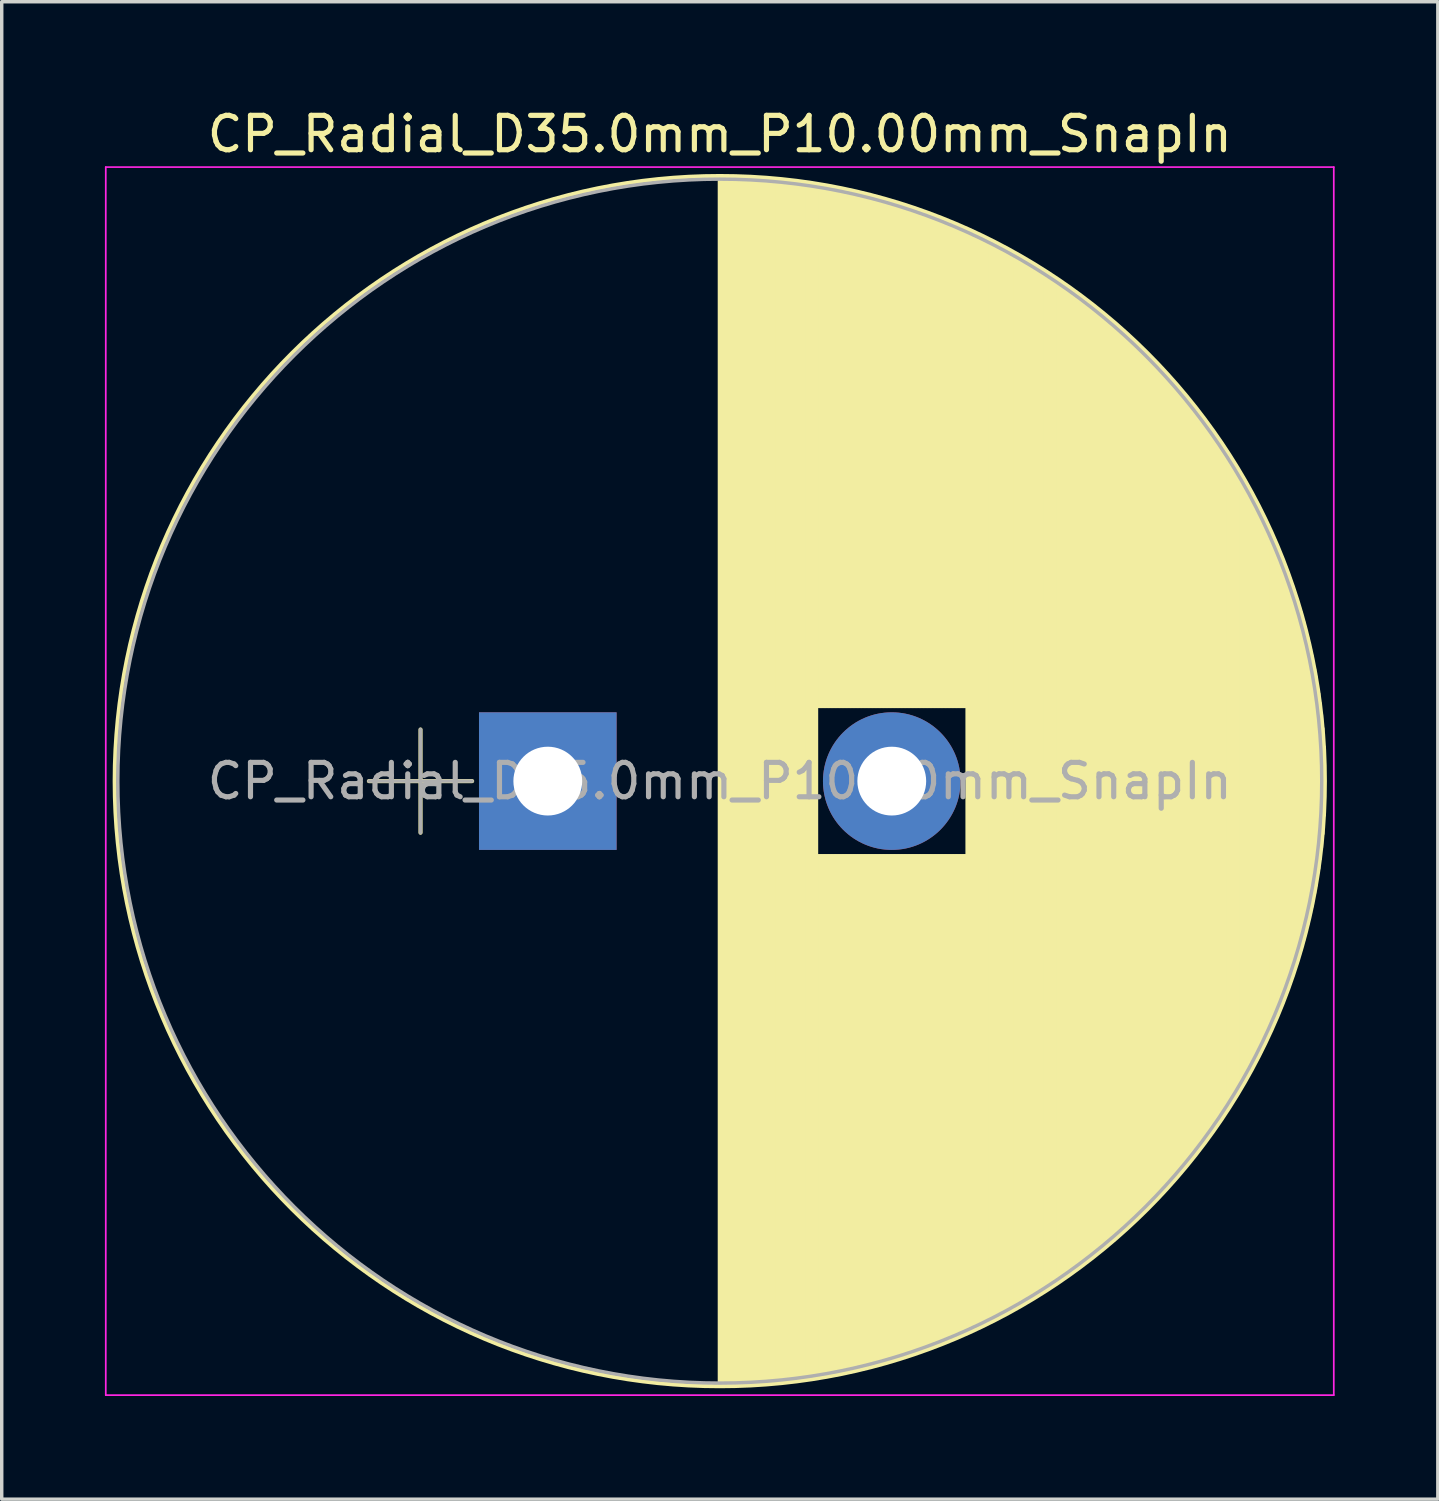
<source format=kicad_pcb>
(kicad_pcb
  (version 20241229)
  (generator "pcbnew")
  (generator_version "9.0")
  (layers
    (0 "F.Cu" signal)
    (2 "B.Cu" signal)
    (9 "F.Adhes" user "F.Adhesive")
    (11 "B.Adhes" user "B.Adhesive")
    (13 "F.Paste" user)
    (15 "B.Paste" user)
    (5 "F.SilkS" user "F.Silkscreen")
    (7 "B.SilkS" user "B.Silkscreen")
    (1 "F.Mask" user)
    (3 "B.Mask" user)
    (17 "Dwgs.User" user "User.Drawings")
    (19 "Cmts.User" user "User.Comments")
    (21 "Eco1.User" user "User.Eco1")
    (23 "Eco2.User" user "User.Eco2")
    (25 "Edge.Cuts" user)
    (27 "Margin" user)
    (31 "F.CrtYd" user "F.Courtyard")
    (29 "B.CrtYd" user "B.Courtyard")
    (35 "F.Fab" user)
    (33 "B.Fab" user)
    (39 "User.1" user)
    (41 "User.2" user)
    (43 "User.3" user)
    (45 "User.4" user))
  (footprint "CP_Radial_D35.0mm_P10.00mm_SnapIn"
    (layer "F.Cu")
    (at 12.875 19.658)
    (property "Reference" "CP_Radial_D35.0mm_P10.00mm_SnapIn" (at 5 -18.81 0) (layer "F.SilkS") (effects (font (size 1 1) (thickness 0.15))))
    (attr through_hole)
    (fp_line (start -5.2 0) (end -2.2 0) (stroke (width 0.12) (type solid)) (layer "F.SilkS"))
    (fp_line (start -3.7 -1.5) (end -3.7 1.5) (stroke (width 0.12) (type solid)) (layer "F.SilkS"))
    (fp_line (start 5 -17.55) (end 5 17.55) (stroke (width 0.12) (type solid)) (layer "F.SilkS"))
    (fp_line (start 5.04 -17.55) (end 5.04 17.55) (stroke (width 0.12) (type solid)) (layer "F.SilkS"))
    (fp_line (start 5.08 -17.55) (end 5.08 17.55) (stroke (width 0.12) (type solid)) (layer "F.SilkS"))
    (fp_line (start 5.12 -17.55) (end 5.12 17.55) (stroke (width 0.12) (type solid)) (layer "F.SilkS"))
    (fp_line (start 5.16 -17.55) (end 5.16 17.55) (stroke (width 0.12) (type solid)) (layer "F.SilkS"))
    (fp_line (start 5.2 -17.549) (end 5.2 17.549) (stroke (width 0.12) (type solid)) (layer "F.SilkS"))
    (fp_line (start 5.24 -17.549) (end 5.24 17.549) (stroke (width 0.12) (type solid)) (layer "F.SilkS"))
    (fp_line (start 5.28 -17.548) (end 5.28 17.548) (stroke (width 0.12) (type solid)) (layer "F.SilkS"))
    (fp_line (start 5.32 -17.548) (end 5.32 17.548) (stroke (width 0.12) (type solid)) (layer "F.SilkS"))
    (fp_line (start 5.36 -17.547) (end 5.36 17.547) (stroke (width 0.12) (type solid)) (layer "F.SilkS"))
    (fp_line (start 5.4 -17.546) (end 5.4 17.546) (stroke (width 0.12) (type solid)) (layer "F.SilkS"))
    (fp_line (start 5.44 -17.545) (end 5.44 17.545) (stroke (width 0.12) (type solid)) (layer "F.SilkS"))
    (fp_line (start 5.48 -17.544) (end 5.48 17.544) (stroke (width 0.12) (type solid)) (layer "F.SilkS"))
    (fp_line (start 5.52 -17.543) (end 5.52 17.543) (stroke (width 0.12) (type solid)) (layer "F.SilkS"))
    (fp_line (start 5.56 -17.542) (end 5.56 17.542) (stroke (width 0.12) (type solid)) (layer "F.SilkS"))
    (fp_line (start 5.6 -17.54) (end 5.6 17.54) (stroke (width 0.12) (type solid)) (layer "F.SilkS"))
    (fp_line (start 5.64 -17.539) (end 5.64 17.539) (stroke (width 0.12) (type solid)) (layer "F.SilkS"))
    (fp_line (start 5.68 -17.537) (end 5.68 17.537) (stroke (width 0.12) (type solid)) (layer "F.SilkS"))
    (fp_line (start 5.721 -17.536) (end 5.721 17.536) (stroke (width 0.12) (type solid)) (layer "F.SilkS"))
    (fp_line (start 5.761 -17.534) (end 5.761 17.534) (stroke (width 0.12) (type solid)) (layer "F.SilkS"))
    (fp_line (start 5.801 -17.532) (end 5.801 17.532) (stroke (width 0.12) (type solid)) (layer "F.SilkS"))
    (fp_line (start 5.841 -17.53) (end 5.841 17.53) (stroke (width 0.12) (type solid)) (layer "F.SilkS"))
    (fp_line (start 5.881 -17.528) (end 5.881 17.528) (stroke (width 0.12) (type solid)) (layer "F.SilkS"))
    (fp_line (start 5.921 -17.526) (end 5.921 17.526) (stroke (width 0.12) (type solid)) (layer "F.SilkS"))
    (fp_line (start 5.961 -17.524) (end 5.961 17.524) (stroke (width 0.12) (type solid)) (layer "F.SilkS"))
    (fp_line (start 6.001 -17.522) (end 6.001 17.522) (stroke (width 0.12) (type solid)) (layer "F.SilkS"))
    (fp_line (start 6.041 -17.52) (end 6.041 17.52) (stroke (width 0.12) (type solid)) (layer "F.SilkS"))
    (fp_line (start 6.081 -17.517) (end 6.081 17.517) (stroke (width 0.12) (type solid)) (layer "F.SilkS"))
    (fp_line (start 6.121 -17.515) (end 6.121 17.515) (stroke (width 0.12) (type solid)) (layer "F.SilkS"))
    (fp_line (start 6.161 -17.512) (end 6.161 17.512) (stroke (width 0.12) (type solid)) (layer "F.SilkS"))
    (fp_line (start 6.201 -17.51) (end 6.201 17.51) (stroke (width 0.12) (type solid)) (layer "F.SilkS"))
    (fp_line (start 6.241 -17.507) (end 6.241 17.507) (stroke (width 0.12) (type solid)) (layer "F.SilkS"))
    (fp_line (start 6.281 -17.504) (end 6.281 17.504) (stroke (width 0.12) (type solid)) (layer "F.SilkS"))
    (fp_line (start 6.321 -17.501) (end 6.321 17.501) (stroke (width 0.12) (type solid)) (layer "F.SilkS"))
    (fp_line (start 6.361 -17.498) (end 6.361 17.498) (stroke (width 0.12) (type solid)) (layer "F.SilkS"))
    (fp_line (start 6.401 -17.495) (end 6.401 17.495) (stroke (width 0.12) (type solid)) (layer "F.SilkS"))
    (fp_line (start 6.441 -17.491) (end 6.441 17.491) (stroke (width 0.12) (type solid)) (layer "F.SilkS"))
    (fp_line (start 6.481 -17.488) (end 6.481 17.488) (stroke (width 0.12) (type solid)) (layer "F.SilkS"))
    (fp_line (start 6.521 -17.485) (end 6.521 17.485) (stroke (width 0.12) (type solid)) (layer "F.SilkS"))
    (fp_line (start 6.561 -17.481) (end 6.561 17.481) (stroke (width 0.12) (type solid)) (layer "F.SilkS"))
    (fp_line (start 6.601 -17.478) (end 6.601 17.478) (stroke (width 0.12) (type solid)) (layer "F.SilkS"))
    (fp_line (start 6.641 -17.474) (end 6.641 17.474) (stroke (width 0.12) (type solid)) (layer "F.SilkS"))
    (fp_line (start 6.681 -17.47) (end 6.681 17.47) (stroke (width 0.12) (type solid)) (layer "F.SilkS"))
    (fp_line (start 6.721 -17.466) (end 6.721 17.466) (stroke (width 0.12) (type solid)) (layer "F.SilkS"))
    (fp_line (start 6.761 -17.462) (end 6.761 17.462) (stroke (width 0.12) (type solid)) (layer "F.SilkS"))
    (fp_line (start 6.801 -17.458) (end 6.801 17.458) (stroke (width 0.12) (type solid)) (layer "F.SilkS"))
    (fp_line (start 6.841 -17.454) (end 6.841 17.454) (stroke (width 0.12) (type solid)) (layer "F.SilkS"))
    (fp_line (start 6.881 -17.45) (end 6.881 17.45) (stroke (width 0.12) (type solid)) (layer "F.SilkS"))
    (fp_line (start 6.921 -17.445) (end 6.921 17.445) (stroke (width 0.12) (type solid)) (layer "F.SilkS"))
    (fp_line (start 6.961 -17.441) (end 6.961 17.441) (stroke (width 0.12) (type solid)) (layer "F.SilkS"))
    (fp_line (start 7.001 -17.436) (end 7.001 17.436) (stroke (width 0.12) (type solid)) (layer "F.SilkS"))
    (fp_line (start 7.041 -17.432) (end 7.041 17.432) (stroke (width 0.12) (type solid)) (layer "F.SilkS"))
    (fp_line (start 7.081 -17.427) (end 7.081 17.427) (stroke (width 0.12) (type solid)) (layer "F.SilkS"))
    (fp_line (start 7.121 -17.422) (end 7.121 17.422) (stroke (width 0.12) (type solid)) (layer "F.SilkS"))
    (fp_line (start 7.161 -17.417) (end 7.161 17.417) (stroke (width 0.12) (type solid)) (layer "F.SilkS"))
    (fp_line (start 7.201 -17.412) (end 7.201 17.412) (stroke (width 0.12) (type solid)) (layer "F.SilkS"))
    (fp_line (start 7.241 -17.407) (end 7.241 17.407) (stroke (width 0.12) (type solid)) (layer "F.SilkS"))
    (fp_line (start 7.281 -17.402) (end 7.281 17.402) (stroke (width 0.12) (type solid)) (layer "F.SilkS"))
    (fp_line (start 7.321 -17.397) (end 7.321 17.397) (stroke (width 0.12) (type solid)) (layer "F.SilkS"))
    (fp_line (start 7.361 -17.391) (end 7.361 17.391) (stroke (width 0.12) (type solid)) (layer "F.SilkS"))
    (fp_line (start 7.401 -17.386) (end 7.401 17.386) (stroke (width 0.12) (type solid)) (layer "F.SilkS"))
    (fp_line (start 7.441 -17.38) (end 7.441 17.38) (stroke (width 0.12) (type solid)) (layer "F.SilkS"))
    (fp_line (start 7.481 -17.375) (end 7.481 17.375) (stroke (width 0.12) (type solid)) (layer "F.SilkS"))
    (fp_line (start 7.521 -17.369) (end 7.521 17.369) (stroke (width 0.12) (type solid)) (layer "F.SilkS"))
    (fp_line (start 7.561 -17.363) (end 7.561 17.363) (stroke (width 0.12) (type solid)) (layer "F.SilkS"))
    (fp_line (start 7.601 -17.357) (end 7.601 17.357) (stroke (width 0.12) (type solid)) (layer "F.SilkS"))
    (fp_line (start 7.641 -17.351) (end 7.641 17.351) (stroke (width 0.12) (type solid)) (layer "F.SilkS"))
    (fp_line (start 7.681 -17.345) (end 7.681 17.345) (stroke (width 0.12) (type solid)) (layer "F.SilkS"))
    (fp_line (start 7.721 -17.339) (end 7.721 17.339) (stroke (width 0.12) (type solid)) (layer "F.SilkS"))
    (fp_line (start 7.761 -17.333) (end 7.761 17.333) (stroke (width 0.12) (type solid)) (layer "F.SilkS"))
    (fp_line (start 7.801 -17.326) (end 7.801 17.326) (stroke (width 0.12) (type solid)) (layer "F.SilkS"))
    (fp_line (start 7.841 -17.32) (end 7.841 -2.18) (stroke (width 0.12) (type solid)) (layer "F.SilkS"))
    (fp_line (start 7.841 2.18) (end 7.841 17.32) (stroke (width 0.12) (type solid)) (layer "F.SilkS"))
    (fp_line (start 7.881 -17.313) (end 7.881 -2.18) (stroke (width 0.12) (type solid)) (layer "F.SilkS"))
    (fp_line (start 7.881 2.18) (end 7.881 17.313) (stroke (width 0.12) (type solid)) (layer "F.SilkS"))
    (fp_line (start 7.921 -17.306) (end 7.921 -2.18) (stroke (width 0.12) (type solid)) (layer "F.SilkS"))
    (fp_line (start 7.921 2.18) (end 7.921 17.306) (stroke (width 0.12) (type solid)) (layer "F.SilkS"))
    (fp_line (start 7.961 -17.3) (end 7.961 -2.18) (stroke (width 0.12) (type solid)) (layer "F.SilkS"))
    (fp_line (start 7.961 2.18) (end 7.961 17.3) (stroke (width 0.12) (type solid)) (layer "F.SilkS"))
    (fp_line (start 8.001 -17.293) (end 8.001 -2.18) (stroke (width 0.12) (type solid)) (layer "F.SilkS"))
    (fp_line (start 8.001 2.18) (end 8.001 17.293) (stroke (width 0.12) (type solid)) (layer "F.SilkS"))
    (fp_line (start 8.041 -17.286) (end 8.041 -2.18) (stroke (width 0.12) (type solid)) (layer "F.SilkS"))
    (fp_line (start 8.041 2.18) (end 8.041 17.286) (stroke (width 0.12) (type solid)) (layer "F.SilkS"))
    (fp_line (start 8.081 -17.279) (end 8.081 -2.18) (stroke (width 0.12) (type solid)) (layer "F.SilkS"))
    (fp_line (start 8.081 2.18) (end 8.081 17.279) (stroke (width 0.12) (type solid)) (layer "F.SilkS"))
    (fp_line (start 8.121 -17.272) (end 8.121 -2.18) (stroke (width 0.12) (type solid)) (layer "F.SilkS"))
    (fp_line (start 8.121 2.18) (end 8.121 17.272) (stroke (width 0.12) (type solid)) (layer "F.SilkS"))
    (fp_line (start 8.161 -17.264) (end 8.161 -2.18) (stroke (width 0.12) (type solid)) (layer "F.SilkS"))
    (fp_line (start 8.161 2.18) (end 8.161 17.264) (stroke (width 0.12) (type solid)) (layer "F.SilkS"))
    (fp_line (start 8.201 -17.257) (end 8.201 -2.18) (stroke (width 0.12) (type solid)) (layer "F.SilkS"))
    (fp_line (start 8.201 2.18) (end 8.201 17.257) (stroke (width 0.12) (type solid)) (layer "F.SilkS"))
    (fp_line (start 8.241 -17.25) (end 8.241 -2.18) (stroke (width 0.12) (type solid)) (layer "F.SilkS"))
    (fp_line (start 8.241 2.18) (end 8.241 17.25) (stroke (width 0.12) (type solid)) (layer "F.SilkS"))
    (fp_line (start 8.281 -17.242) (end 8.281 -2.18) (stroke (width 0.12) (type solid)) (layer "F.SilkS"))
    (fp_line (start 8.281 2.18) (end 8.281 17.242) (stroke (width 0.12) (type solid)) (layer "F.SilkS"))
    (fp_line (start 8.321 -17.234) (end 8.321 -2.18) (stroke (width 0.12) (type solid)) (layer "F.SilkS"))
    (fp_line (start 8.321 2.18) (end 8.321 17.234) (stroke (width 0.12) (type solid)) (layer "F.SilkS"))
    (fp_line (start 8.361 -17.227) (end 8.361 -2.18) (stroke (width 0.12) (type solid)) (layer "F.SilkS"))
    (fp_line (start 8.361 2.18) (end 8.361 17.227) (stroke (width 0.12) (type solid)) (layer "F.SilkS"))
    (fp_line (start 8.401 -17.219) (end 8.401 -2.18) (stroke (width 0.12) (type solid)) (layer "F.SilkS"))
    (fp_line (start 8.401 2.18) (end 8.401 17.219) (stroke (width 0.12) (type solid)) (layer "F.SilkS"))
    (fp_line (start 8.441 -17.211) (end 8.441 -2.18) (stroke (width 0.12) (type solid)) (layer "F.SilkS"))
    (fp_line (start 8.441 2.18) (end 8.441 17.211) (stroke (width 0.12) (type solid)) (layer "F.SilkS"))
    (fp_line (start 8.481 -17.203) (end 8.481 -2.18) (stroke (width 0.12) (type solid)) (layer "F.SilkS"))
    (fp_line (start 8.481 2.18) (end 8.481 17.203) (stroke (width 0.12) (type solid)) (layer "F.SilkS"))
    (fp_line (start 8.521 -17.195) (end 8.521 -2.18) (stroke (width 0.12) (type solid)) (layer "F.SilkS"))
    (fp_line (start 8.521 2.18) (end 8.521 17.195) (stroke (width 0.12) (type solid)) (layer "F.SilkS"))
    (fp_line (start 8.561 -17.186) (end 8.561 -2.18) (stroke (width 0.12) (type solid)) (layer "F.SilkS"))
    (fp_line (start 8.561 2.18) (end 8.561 17.186) (stroke (width 0.12) (type solid)) (layer "F.SilkS"))
    (fp_line (start 8.601 -17.178) (end 8.601 -2.18) (stroke (width 0.12) (type solid)) (layer "F.SilkS"))
    (fp_line (start 8.601 2.18) (end 8.601 17.178) (stroke (width 0.12) (type solid)) (layer "F.SilkS"))
    (fp_line (start 8.641 -17.17) (end 8.641 -2.18) (stroke (width 0.12) (type solid)) (layer "F.SilkS"))
    (fp_line (start 8.641 2.18) (end 8.641 17.17) (stroke (width 0.12) (type solid)) (layer "F.SilkS"))
    (fp_line (start 8.681 -17.161) (end 8.681 -2.18) (stroke (width 0.12) (type solid)) (layer "F.SilkS"))
    (fp_line (start 8.681 2.18) (end 8.681 17.161) (stroke (width 0.12) (type solid)) (layer "F.SilkS"))
    (fp_line (start 8.721 -17.153) (end 8.721 -2.18) (stroke (width 0.12) (type solid)) (layer "F.SilkS"))
    (fp_line (start 8.721 2.18) (end 8.721 17.153) (stroke (width 0.12) (type solid)) (layer "F.SilkS"))
    (fp_line (start 8.761 -17.144) (end 8.761 -2.18) (stroke (width 0.12) (type solid)) (layer "F.SilkS"))
    (fp_line (start 8.761 2.18) (end 8.761 17.144) (stroke (width 0.12) (type solid)) (layer "F.SilkS"))
    (fp_line (start 8.801 -17.135) (end 8.801 -2.18) (stroke (width 0.12) (type solid)) (layer "F.SilkS"))
    (fp_line (start 8.801 2.18) (end 8.801 17.135) (stroke (width 0.12) (type solid)) (layer "F.SilkS"))
    (fp_line (start 8.841 -17.126) (end 8.841 -2.18) (stroke (width 0.12) (type solid)) (layer "F.SilkS"))
    (fp_line (start 8.841 2.18) (end 8.841 17.126) (stroke (width 0.12) (type solid)) (layer "F.SilkS"))
    (fp_line (start 8.881 -17.117) (end 8.881 -2.18) (stroke (width 0.12) (type solid)) (layer "F.SilkS"))
    (fp_line (start 8.881 2.18) (end 8.881 17.117) (stroke (width 0.12) (type solid)) (layer "F.SilkS"))
    (fp_line (start 8.921 -17.108) (end 8.921 -2.18) (stroke (width 0.12) (type solid)) (layer "F.SilkS"))
    (fp_line (start 8.921 2.18) (end 8.921 17.108) (stroke (width 0.12) (type solid)) (layer "F.SilkS"))
    (fp_line (start 8.961 -17.099) (end 8.961 -2.18) (stroke (width 0.12) (type solid)) (layer "F.SilkS"))
    (fp_line (start 8.961 2.18) (end 8.961 17.099) (stroke (width 0.12) (type solid)) (layer "F.SilkS"))
    (fp_line (start 9.001 -17.09) (end 9.001 -2.18) (stroke (width 0.12) (type solid)) (layer "F.SilkS"))
    (fp_line (start 9.001 2.18) (end 9.001 17.09) (stroke (width 0.12) (type solid)) (layer "F.SilkS"))
    (fp_line (start 9.041 -17.08) (end 9.041 -2.18) (stroke (width 0.12) (type solid)) (layer "F.SilkS"))
    (fp_line (start 9.041 2.18) (end 9.041 17.08) (stroke (width 0.12) (type solid)) (layer "F.SilkS"))
    (fp_line (start 9.081 -17.071) (end 9.081 -2.18) (stroke (width 0.12) (type solid)) (layer "F.SilkS"))
    (fp_line (start 9.081 2.18) (end 9.081 17.071) (stroke (width 0.12) (type solid)) (layer "F.SilkS"))
    (fp_line (start 9.121 -17.061) (end 9.121 -2.18) (stroke (width 0.12) (type solid)) (layer "F.SilkS"))
    (fp_line (start 9.121 2.18) (end 9.121 17.061) (stroke (width 0.12) (type solid)) (layer "F.SilkS"))
    (fp_line (start 9.161 -17.052) (end 9.161 -2.18) (stroke (width 0.12) (type solid)) (layer "F.SilkS"))
    (fp_line (start 9.161 2.18) (end 9.161 17.052) (stroke (width 0.12) (type solid)) (layer "F.SilkS"))
    (fp_line (start 9.201 -17.042) (end 9.201 -2.18) (stroke (width 0.12) (type solid)) (layer "F.SilkS"))
    (fp_line (start 9.201 2.18) (end 9.201 17.042) (stroke (width 0.12) (type solid)) (layer "F.SilkS"))
    (fp_line (start 9.241 -17.032) (end 9.241 -2.18) (stroke (width 0.12) (type solid)) (layer "F.SilkS"))
    (fp_line (start 9.241 2.18) (end 9.241 17.032) (stroke (width 0.12) (type solid)) (layer "F.SilkS"))
    (fp_line (start 9.281 -17.022) (end 9.281 -2.18) (stroke (width 0.12) (type solid)) (layer "F.SilkS"))
    (fp_line (start 9.281 2.18) (end 9.281 17.022) (stroke (width 0.12) (type solid)) (layer "F.SilkS"))
    (fp_line (start 9.321 -17.012) (end 9.321 -2.18) (stroke (width 0.12) (type solid)) (layer "F.SilkS"))
    (fp_line (start 9.321 2.18) (end 9.321 17.012) (stroke (width 0.12) (type solid)) (layer "F.SilkS"))
    (fp_line (start 9.361 -17.002) (end 9.361 -2.18) (stroke (width 0.12) (type solid)) (layer "F.SilkS"))
    (fp_line (start 9.361 2.18) (end 9.361 17.002) (stroke (width 0.12) (type solid)) (layer "F.SilkS"))
    (fp_line (start 9.401 -16.991) (end 9.401 -2.18) (stroke (width 0.12) (type solid)) (layer "F.SilkS"))
    (fp_line (start 9.401 2.18) (end 9.401 16.991) (stroke (width 0.12) (type solid)) (layer "F.SilkS"))
    (fp_line (start 9.441 -16.981) (end 9.441 -2.18) (stroke (width 0.12) (type solid)) (layer "F.SilkS"))
    (fp_line (start 9.441 2.18) (end 9.441 16.981) (stroke (width 0.12) (type solid)) (layer "F.SilkS"))
    (fp_line (start 9.481 -16.97) (end 9.481 -2.18) (stroke (width 0.12) (type solid)) (layer "F.SilkS"))
    (fp_line (start 9.481 2.18) (end 9.481 16.97) (stroke (width 0.12) (type solid)) (layer "F.SilkS"))
    (fp_line (start 9.521 -16.96) (end 9.521 -2.18) (stroke (width 0.12) (type solid)) (layer "F.SilkS"))
    (fp_line (start 9.521 2.18) (end 9.521 16.96) (stroke (width 0.12) (type solid)) (layer "F.SilkS"))
    (fp_line (start 9.561 -16.949) (end 9.561 -2.18) (stroke (width 0.12) (type solid)) (layer "F.SilkS"))
    (fp_line (start 9.561 2.18) (end 9.561 16.949) (stroke (width 0.12) (type solid)) (layer "F.SilkS"))
    (fp_line (start 9.601 -16.938) (end 9.601 -2.18) (stroke (width 0.12) (type solid)) (layer "F.SilkS"))
    (fp_line (start 9.601 2.18) (end 9.601 16.938) (stroke (width 0.12) (type solid)) (layer "F.SilkS"))
    (fp_line (start 9.641 -16.927) (end 9.641 -2.18) (stroke (width 0.12) (type solid)) (layer "F.SilkS"))
    (fp_line (start 9.641 2.18) (end 9.641 16.927) (stroke (width 0.12) (type solid)) (layer "F.SilkS"))
    (fp_line (start 9.681 -16.916) (end 9.681 -2.18) (stroke (width 0.12) (type solid)) (layer "F.SilkS"))
    (fp_line (start 9.681 2.18) (end 9.681 16.916) (stroke (width 0.12) (type solid)) (layer "F.SilkS"))
    (fp_line (start 9.721 -16.905) (end 9.721 -2.18) (stroke (width 0.12) (type solid)) (layer "F.SilkS"))
    (fp_line (start 9.721 2.18) (end 9.721 16.905) (stroke (width 0.12) (type solid)) (layer "F.SilkS"))
    (fp_line (start 9.761 -16.894) (end 9.761 -2.18) (stroke (width 0.12) (type solid)) (layer "F.SilkS"))
    (fp_line (start 9.761 2.18) (end 9.761 16.894) (stroke (width 0.12) (type solid)) (layer "F.SilkS"))
    (fp_line (start 9.801 -16.883) (end 9.801 -2.18) (stroke (width 0.12) (type solid)) (layer "F.SilkS"))
    (fp_line (start 9.801 2.18) (end 9.801 16.883) (stroke (width 0.12) (type solid)) (layer "F.SilkS"))
    (fp_line (start 9.841 -16.872) (end 9.841 -2.18) (stroke (width 0.12) (type solid)) (layer "F.SilkS"))
    (fp_line (start 9.841 2.18) (end 9.841 16.872) (stroke (width 0.12) (type solid)) (layer "F.SilkS"))
    (fp_line (start 9.881 -16.86) (end 9.881 -2.18) (stroke (width 0.12) (type solid)) (layer "F.SilkS"))
    (fp_line (start 9.881 2.18) (end 9.881 16.86) (stroke (width 0.12) (type solid)) (layer "F.SilkS"))
    (fp_line (start 9.921 -16.848) (end 9.921 -2.18) (stroke (width 0.12) (type solid)) (layer "F.SilkS"))
    (fp_line (start 9.921 2.18) (end 9.921 16.848) (stroke (width 0.12) (type solid)) (layer "F.SilkS"))
    (fp_line (start 9.961 -16.837) (end 9.961 -2.18) (stroke (width 0.12) (type solid)) (layer "F.SilkS"))
    (fp_line (start 9.961 2.18) (end 9.961 16.837) (stroke (width 0.12) (type solid)) (layer "F.SilkS"))
    (fp_line (start 10.001 -16.825) (end 10.001 -2.18) (stroke (width 0.12) (type solid)) (layer "F.SilkS"))
    (fp_line (start 10.001 2.18) (end 10.001 16.825) (stroke (width 0.12) (type solid)) (layer "F.SilkS"))
    (fp_line (start 10.041 -16.813) (end 10.041 -2.18) (stroke (width 0.12) (type solid)) (layer "F.SilkS"))
    (fp_line (start 10.041 2.18) (end 10.041 16.813) (stroke (width 0.12) (type solid)) (layer "F.SilkS"))
    (fp_line (start 10.081 -16.801) (end 10.081 -2.18) (stroke (width 0.12) (type solid)) (layer "F.SilkS"))
    (fp_line (start 10.081 2.18) (end 10.081 16.801) (stroke (width 0.12) (type solid)) (layer "F.SilkS"))
    (fp_line (start 10.121 -16.789) (end 10.121 -2.18) (stroke (width 0.12) (type solid)) (layer "F.SilkS"))
    (fp_line (start 10.121 2.18) (end 10.121 16.789) (stroke (width 0.12) (type solid)) (layer "F.SilkS"))
    (fp_line (start 10.161 -16.777) (end 10.161 -2.18) (stroke (width 0.12) (type solid)) (layer "F.SilkS"))
    (fp_line (start 10.161 2.18) (end 10.161 16.777) (stroke (width 0.12) (type solid)) (layer "F.SilkS"))
    (fp_line (start 10.201 -16.764) (end 10.201 -2.18) (stroke (width 0.12) (type solid)) (layer "F.SilkS"))
    (fp_line (start 10.201 2.18) (end 10.201 16.764) (stroke (width 0.12) (type solid)) (layer "F.SilkS"))
    (fp_line (start 10.241 -16.752) (end 10.241 -2.18) (stroke (width 0.12) (type solid)) (layer "F.SilkS"))
    (fp_line (start 10.241 2.18) (end 10.241 16.752) (stroke (width 0.12) (type solid)) (layer "F.SilkS"))
    (fp_line (start 10.281 -16.739) (end 10.281 -2.18) (stroke (width 0.12) (type solid)) (layer "F.SilkS"))
    (fp_line (start 10.281 2.18) (end 10.281 16.739) (stroke (width 0.12) (type solid)) (layer "F.SilkS"))
    (fp_line (start 10.321 -16.727) (end 10.321 -2.18) (stroke (width 0.12) (type solid)) (layer "F.SilkS"))
    (fp_line (start 10.321 2.18) (end 10.321 16.727) (stroke (width 0.12) (type solid)) (layer "F.SilkS"))
    (fp_line (start 10.361 -16.714) (end 10.361 -2.18) (stroke (width 0.12) (type solid)) (layer "F.SilkS"))
    (fp_line (start 10.361 2.18) (end 10.361 16.714) (stroke (width 0.12) (type solid)) (layer "F.SilkS"))
    (fp_line (start 10.401 -16.701) (end 10.401 -2.18) (stroke (width 0.12) (type solid)) (layer "F.SilkS"))
    (fp_line (start 10.401 2.18) (end 10.401 16.701) (stroke (width 0.12) (type solid)) (layer "F.SilkS"))
    (fp_line (start 10.441 -16.688) (end 10.441 -2.18) (stroke (width 0.12) (type solid)) (layer "F.SilkS"))
    (fp_line (start 10.441 2.18) (end 10.441 16.688) (stroke (width 0.12) (type solid)) (layer "F.SilkS"))
    (fp_line (start 10.481 -16.675) (end 10.481 -2.18) (stroke (width 0.12) (type solid)) (layer "F.SilkS"))
    (fp_line (start 10.481 2.18) (end 10.481 16.675) (stroke (width 0.12) (type solid)) (layer "F.SilkS"))
    (fp_line (start 10.521 -16.662) (end 10.521 -2.18) (stroke (width 0.12) (type solid)) (layer "F.SilkS"))
    (fp_line (start 10.521 2.18) (end 10.521 16.662) (stroke (width 0.12) (type solid)) (layer "F.SilkS"))
    (fp_line (start 10.561 -16.649) (end 10.561 -2.18) (stroke (width 0.12) (type solid)) (layer "F.SilkS"))
    (fp_line (start 10.561 2.18) (end 10.561 16.649) (stroke (width 0.12) (type solid)) (layer "F.SilkS"))
    (fp_line (start 10.601 -16.635) (end 10.601 -2.18) (stroke (width 0.12) (type solid)) (layer "F.SilkS"))
    (fp_line (start 10.601 2.18) (end 10.601 16.635) (stroke (width 0.12) (type solid)) (layer "F.SilkS"))
    (fp_line (start 10.641 -16.622) (end 10.641 -2.18) (stroke (width 0.12) (type solid)) (layer "F.SilkS"))
    (fp_line (start 10.641 2.18) (end 10.641 16.622) (stroke (width 0.12) (type solid)) (layer "F.SilkS"))
    (fp_line (start 10.681 -16.608) (end 10.681 -2.18) (stroke (width 0.12) (type solid)) (layer "F.SilkS"))
    (fp_line (start 10.681 2.18) (end 10.681 16.608) (stroke (width 0.12) (type solid)) (layer "F.SilkS"))
    (fp_line (start 10.721 -16.594) (end 10.721 -2.18) (stroke (width 0.12) (type solid)) (layer "F.SilkS"))
    (fp_line (start 10.721 2.18) (end 10.721 16.594) (stroke (width 0.12) (type solid)) (layer "F.SilkS"))
    (fp_line (start 10.761 -16.581) (end 10.761 -2.18) (stroke (width 0.12) (type solid)) (layer "F.SilkS"))
    (fp_line (start 10.761 2.18) (end 10.761 16.581) (stroke (width 0.12) (type solid)) (layer "F.SilkS"))
    (fp_line (start 10.801 -16.567) (end 10.801 -2.18) (stroke (width 0.12) (type solid)) (layer "F.SilkS"))
    (fp_line (start 10.801 2.18) (end 10.801 16.567) (stroke (width 0.12) (type solid)) (layer "F.SilkS"))
    (fp_line (start 10.841 -16.553) (end 10.841 -2.18) (stroke (width 0.12) (type solid)) (layer "F.SilkS"))
    (fp_line (start 10.841 2.18) (end 10.841 16.553) (stroke (width 0.12) (type solid)) (layer "F.SilkS"))
    (fp_line (start 10.881 -16.539) (end 10.881 -2.18) (stroke (width 0.12) (type solid)) (layer "F.SilkS"))
    (fp_line (start 10.881 2.18) (end 10.881 16.539) (stroke (width 0.12) (type solid)) (layer "F.SilkS"))
    (fp_line (start 10.921 -16.524) (end 10.921 -2.18) (stroke (width 0.12) (type solid)) (layer "F.SilkS"))
    (fp_line (start 10.921 2.18) (end 10.921 16.524) (stroke (width 0.12) (type solid)) (layer "F.SilkS"))
    (fp_line (start 10.961 -16.51) (end 10.961 -2.18) (stroke (width 0.12) (type solid)) (layer "F.SilkS"))
    (fp_line (start 10.961 2.18) (end 10.961 16.51) (stroke (width 0.12) (type solid)) (layer "F.SilkS"))
    (fp_line (start 11.001 -16.496) (end 11.001 -2.18) (stroke (width 0.12) (type solid)) (layer "F.SilkS"))
    (fp_line (start 11.001 2.18) (end 11.001 16.496) (stroke (width 0.12) (type solid)) (layer "F.SilkS"))
    (fp_line (start 11.041 -16.481) (end 11.041 -2.18) (stroke (width 0.12) (type solid)) (layer "F.SilkS"))
    (fp_line (start 11.041 2.18) (end 11.041 16.481) (stroke (width 0.12) (type solid)) (layer "F.SilkS"))
    (fp_line (start 11.081 -16.466) (end 11.081 -2.18) (stroke (width 0.12) (type solid)) (layer "F.SilkS"))
    (fp_line (start 11.081 2.18) (end 11.081 16.466) (stroke (width 0.12) (type solid)) (layer "F.SilkS"))
    (fp_line (start 11.121 -16.452) (end 11.121 -2.18) (stroke (width 0.12) (type solid)) (layer "F.SilkS"))
    (fp_line (start 11.121 2.18) (end 11.121 16.452) (stroke (width 0.12) (type solid)) (layer "F.SilkS"))
    (fp_line (start 11.161 -16.437) (end 11.161 -2.18) (stroke (width 0.12) (type solid)) (layer "F.SilkS"))
    (fp_line (start 11.161 2.18) (end 11.161 16.437) (stroke (width 0.12) (type solid)) (layer "F.SilkS"))
    (fp_line (start 11.201 -16.422) (end 11.201 -2.18) (stroke (width 0.12) (type solid)) (layer "F.SilkS"))
    (fp_line (start 11.201 2.18) (end 11.201 16.422) (stroke (width 0.12) (type solid)) (layer "F.SilkS"))
    (fp_line (start 11.241 -16.406) (end 11.241 -2.18) (stroke (width 0.12) (type solid)) (layer "F.SilkS"))
    (fp_line (start 11.241 2.18) (end 11.241 16.406) (stroke (width 0.12) (type solid)) (layer "F.SilkS"))
    (fp_line (start 11.281 -16.391) (end 11.281 -2.18) (stroke (width 0.12) (type solid)) (layer "F.SilkS"))
    (fp_line (start 11.281 2.18) (end 11.281 16.391) (stroke (width 0.12) (type solid)) (layer "F.SilkS"))
    (fp_line (start 11.321 -16.376) (end 11.321 -2.18) (stroke (width 0.12) (type solid)) (layer "F.SilkS"))
    (fp_line (start 11.321 2.18) (end 11.321 16.376) (stroke (width 0.12) (type solid)) (layer "F.SilkS"))
    (fp_line (start 11.361 -16.36) (end 11.361 -2.18) (stroke (width 0.12) (type solid)) (layer "F.SilkS"))
    (fp_line (start 11.361 2.18) (end 11.361 16.36) (stroke (width 0.12) (type solid)) (layer "F.SilkS"))
    (fp_line (start 11.401 -16.345) (end 11.401 -2.18) (stroke (width 0.12) (type solid)) (layer "F.SilkS"))
    (fp_line (start 11.401 2.18) (end 11.401 16.345) (stroke (width 0.12) (type solid)) (layer "F.SilkS"))
    (fp_line (start 11.441 -16.329) (end 11.441 -2.18) (stroke (width 0.12) (type solid)) (layer "F.SilkS"))
    (fp_line (start 11.441 2.18) (end 11.441 16.329) (stroke (width 0.12) (type solid)) (layer "F.SilkS"))
    (fp_line (start 11.481 -16.313) (end 11.481 -2.18) (stroke (width 0.12) (type solid)) (layer "F.SilkS"))
    (fp_line (start 11.481 2.18) (end 11.481 16.313) (stroke (width 0.12) (type solid)) (layer "F.SilkS"))
    (fp_line (start 11.521 -16.298) (end 11.521 -2.18) (stroke (width 0.12) (type solid)) (layer "F.SilkS"))
    (fp_line (start 11.521 2.18) (end 11.521 16.298) (stroke (width 0.12) (type solid)) (layer "F.SilkS"))
    (fp_line (start 11.561 -16.281) (end 11.561 -2.18) (stroke (width 0.12) (type solid)) (layer "F.SilkS"))
    (fp_line (start 11.561 2.18) (end 11.561 16.281) (stroke (width 0.12) (type solid)) (layer "F.SilkS"))
    (fp_line (start 11.601 -16.265) (end 11.601 -2.18) (stroke (width 0.12) (type solid)) (layer "F.SilkS"))
    (fp_line (start 11.601 2.18) (end 11.601 16.265) (stroke (width 0.12) (type solid)) (layer "F.SilkS"))
    (fp_line (start 11.641 -16.249) (end 11.641 -2.18) (stroke (width 0.12) (type solid)) (layer "F.SilkS"))
    (fp_line (start 11.641 2.18) (end 11.641 16.249) (stroke (width 0.12) (type solid)) (layer "F.SilkS"))
    (fp_line (start 11.681 -16.233) (end 11.681 -2.18) (stroke (width 0.12) (type solid)) (layer "F.SilkS"))
    (fp_line (start 11.681 2.18) (end 11.681 16.233) (stroke (width 0.12) (type solid)) (layer "F.SilkS"))
    (fp_line (start 11.721 -16.216) (end 11.721 -2.18) (stroke (width 0.12) (type solid)) (layer "F.SilkS"))
    (fp_line (start 11.721 2.18) (end 11.721 16.216) (stroke (width 0.12) (type solid)) (layer "F.SilkS"))
    (fp_line (start 11.761 -16.2) (end 11.761 -2.18) (stroke (width 0.12) (type solid)) (layer "F.SilkS"))
    (fp_line (start 11.761 2.18) (end 11.761 16.2) (stroke (width 0.12) (type solid)) (layer "F.SilkS"))
    (fp_line (start 11.801 -16.183) (end 11.801 -2.18) (stroke (width 0.12) (type solid)) (layer "F.SilkS"))
    (fp_line (start 11.801 2.18) (end 11.801 16.183) (stroke (width 0.12) (type solid)) (layer "F.SilkS"))
    (fp_line (start 11.841 -16.166) (end 11.841 -2.18) (stroke (width 0.12) (type solid)) (layer "F.SilkS"))
    (fp_line (start 11.841 2.18) (end 11.841 16.166) (stroke (width 0.12) (type solid)) (layer "F.SilkS"))
    (fp_line (start 11.881 -16.149) (end 11.881 -2.18) (stroke (width 0.12) (type solid)) (layer "F.SilkS"))
    (fp_line (start 11.881 2.18) (end 11.881 16.149) (stroke (width 0.12) (type solid)) (layer "F.SilkS"))
    (fp_line (start 11.921 -16.132) (end 11.921 -2.18) (stroke (width 0.12) (type solid)) (layer "F.SilkS"))
    (fp_line (start 11.921 2.18) (end 11.921 16.132) (stroke (width 0.12) (type solid)) (layer "F.SilkS"))
    (fp_line (start 11.961 -16.115) (end 11.961 -2.18) (stroke (width 0.12) (type solid)) (layer "F.SilkS"))
    (fp_line (start 11.961 2.18) (end 11.961 16.115) (stroke (width 0.12) (type solid)) (layer "F.SilkS"))
    (fp_line (start 12.001 -16.098) (end 12.001 -2.18) (stroke (width 0.12) (type solid)) (layer "F.SilkS"))
    (fp_line (start 12.001 2.18) (end 12.001 16.098) (stroke (width 0.12) (type solid)) (layer "F.SilkS"))
    (fp_line (start 12.041 -16.08) (end 12.041 -2.18) (stroke (width 0.12) (type solid)) (layer "F.SilkS"))
    (fp_line (start 12.041 2.18) (end 12.041 16.08) (stroke (width 0.12) (type solid)) (layer "F.SilkS"))
    (fp_line (start 12.081 -16.063) (end 12.081 -2.18) (stroke (width 0.12) (type solid)) (layer "F.SilkS"))
    (fp_line (start 12.081 2.18) (end 12.081 16.063) (stroke (width 0.12) (type solid)) (layer "F.SilkS"))
    (fp_line (start 12.121 -16.045) (end 12.121 -2.18) (stroke (width 0.12) (type solid)) (layer "F.SilkS"))
    (fp_line (start 12.121 2.18) (end 12.121 16.045) (stroke (width 0.12) (type solid)) (layer "F.SilkS"))
    (fp_line (start 12.161 -16.027) (end 12.161 -2.18) (stroke (width 0.12) (type solid)) (layer "F.SilkS"))
    (fp_line (start 12.161 2.18) (end 12.161 16.027) (stroke (width 0.12) (type solid)) (layer "F.SilkS"))
    (fp_line (start 12.201 -16.009) (end 12.201 16.009) (stroke (width 0.12) (type solid)) (layer "F.SilkS"))
    (fp_line (start 12.241 -15.991) (end 12.241 15.991) (stroke (width 0.12) (type solid)) (layer "F.SilkS"))
    (fp_line (start 12.281 -15.973) (end 12.281 15.973) (stroke (width 0.12) (type solid)) (layer "F.SilkS"))
    (fp_line (start 12.321 -15.955) (end 12.321 15.955) (stroke (width 0.12) (type solid)) (layer "F.SilkS"))
    (fp_line (start 12.361 -15.937) (end 12.361 15.937) (stroke (width 0.12) (type solid)) (layer "F.SilkS"))
    (fp_line (start 12.401 -15.918) (end 12.401 15.918) (stroke (width 0.12) (type solid)) (layer "F.SilkS"))
    (fp_line (start 12.441 -15.9) (end 12.441 15.9) (stroke (width 0.12) (type solid)) (layer "F.SilkS"))
    (fp_line (start 12.481 -15.881) (end 12.481 15.881) (stroke (width 0.12) (type solid)) (layer "F.SilkS"))
    (fp_line (start 12.521 -15.862) (end 12.521 15.862) (stroke (width 0.12) (type solid)) (layer "F.SilkS"))
    (fp_line (start 12.561 -15.843) (end 12.561 15.843) (stroke (width 0.12) (type solid)) (layer "F.SilkS"))
    (fp_line (start 12.601 -15.824) (end 12.601 15.824) (stroke (width 0.12) (type solid)) (layer "F.SilkS"))
    (fp_line (start 12.641 -15.805) (end 12.641 15.805) (stroke (width 0.12) (type solid)) (layer "F.SilkS"))
    (fp_line (start 12.681 -15.785) (end 12.681 15.785) (stroke (width 0.12) (type solid)) (layer "F.SilkS"))
    (fp_line (start 12.721 -15.766) (end 12.721 15.766) (stroke (width 0.12) (type solid)) (layer "F.SilkS"))
    (fp_line (start 12.761 -15.746) (end 12.761 15.746) (stroke (width 0.12) (type solid)) (layer "F.SilkS"))
    (fp_line (start 12.801 -15.727) (end 12.801 15.727) (stroke (width 0.12) (type solid)) (layer "F.SilkS"))
    (fp_line (start 12.841 -15.707) (end 12.841 15.707) (stroke (width 0.12) (type solid)) (layer "F.SilkS"))
    (fp_line (start 12.881 -15.687) (end 12.881 15.687) (stroke (width 0.12) (type solid)) (layer "F.SilkS"))
    (fp_line (start 12.921 -15.667) (end 12.921 15.667) (stroke (width 0.12) (type solid)) (layer "F.SilkS"))
    (fp_line (start 12.961 -15.646) (end 12.961 15.646) (stroke (width 0.12) (type solid)) (layer "F.SilkS"))
    (fp_line (start 13.001 -15.626) (end 13.001 15.626) (stroke (width 0.12) (type solid)) (layer "F.SilkS"))
    (fp_line (start 13.041 -15.606) (end 13.041 15.606) (stroke (width 0.12) (type solid)) (layer "F.SilkS"))
    (fp_line (start 13.081 -15.585) (end 13.081 15.585) (stroke (width 0.12) (type solid)) (layer "F.SilkS"))
    (fp_line (start 13.121 -15.564) (end 13.121 15.564) (stroke (width 0.12) (type solid)) (layer "F.SilkS"))
    (fp_line (start 13.161 -15.543) (end 13.161 15.543) (stroke (width 0.12) (type solid)) (layer "F.SilkS"))
    (fp_line (start 13.2 -15.522) (end 13.2 15.522) (stroke (width 0.12) (type solid)) (layer "F.SilkS"))
    (fp_line (start 13.24 -15.501) (end 13.24 15.501) (stroke (width 0.12) (type solid)) (layer "F.SilkS"))
    (fp_line (start 13.28 -15.48) (end 13.28 15.48) (stroke (width 0.12) (type solid)) (layer "F.SilkS"))
    (fp_line (start 13.32 -15.458) (end 13.32 15.458) (stroke (width 0.12) (type solid)) (layer "F.SilkS"))
    (fp_line (start 13.36 -15.437) (end 13.36 15.437) (stroke (width 0.12) (type solid)) (layer "F.SilkS"))
    (fp_line (start 13.4 -15.415) (end 13.4 15.415) (stroke (width 0.12) (type solid)) (layer "F.SilkS"))
    (fp_line (start 13.44 -15.393) (end 13.44 15.393) (stroke (width 0.12) (type solid)) (layer "F.SilkS"))
    (fp_line (start 13.48 -15.371) (end 13.48 15.371) (stroke (width 0.12) (type solid)) (layer "F.SilkS"))
    (fp_line (start 13.52 -15.349) (end 13.52 15.349) (stroke (width 0.12) (type solid)) (layer "F.SilkS"))
    (fp_line (start 13.56 -15.327) (end 13.56 15.327) (stroke (width 0.12) (type solid)) (layer "F.SilkS"))
    (fp_line (start 13.6 -15.305) (end 13.6 15.305) (stroke (width 0.12) (type solid)) (layer "F.SilkS"))
    (fp_line (start 13.64 -15.282) (end 13.64 15.282) (stroke (width 0.12) (type solid)) (layer "F.SilkS"))
    (fp_line (start 13.68 -15.26) (end 13.68 15.26) (stroke (width 0.12) (type solid)) (layer "F.SilkS"))
    (fp_line (start 13.72 -15.237) (end 13.72 15.237) (stroke (width 0.12) (type solid)) (layer "F.SilkS"))
    (fp_line (start 13.76 -15.214) (end 13.76 15.214) (stroke (width 0.12) (type solid)) (layer "F.SilkS"))
    (fp_line (start 13.8 -15.191) (end 13.8 15.191) (stroke (width 0.12) (type solid)) (layer "F.SilkS"))
    (fp_line (start 13.84 -15.168) (end 13.84 15.168) (stroke (width 0.12) (type solid)) (layer "F.SilkS"))
    (fp_line (start 13.88 -15.144) (end 13.88 15.144) (stroke (width 0.12) (type solid)) (layer "F.SilkS"))
    (fp_line (start 13.92 -15.121) (end 13.92 15.121) (stroke (width 0.12) (type solid)) (layer "F.SilkS"))
    (fp_line (start 13.96 -15.097) (end 13.96 15.097) (stroke (width 0.12) (type solid)) (layer "F.SilkS"))
    (fp_line (start 14 -15.074) (end 14 15.074) (stroke (width 0.12) (type solid)) (layer "F.SilkS"))
    (fp_line (start 14.04 -15.05) (end 14.04 15.05) (stroke (width 0.12) (type solid)) (layer "F.SilkS"))
    (fp_line (start 14.08 -15.026) (end 14.08 15.026) (stroke (width 0.12) (type solid)) (layer "F.SilkS"))
    (fp_line (start 14.12 -15.002) (end 14.12 15.002) (stroke (width 0.12) (type solid)) (layer "F.SilkS"))
    (fp_line (start 14.16 -14.977) (end 14.16 14.977) (stroke (width 0.12) (type solid)) (layer "F.SilkS"))
    (fp_line (start 14.2 -14.953) (end 14.2 14.953) (stroke (width 0.12) (type solid)) (layer "F.SilkS"))
    (fp_line (start 14.24 -14.928) (end 14.24 14.928) (stroke (width 0.12) (type solid)) (layer "F.SilkS"))
    (fp_line (start 14.28 -14.903) (end 14.28 14.903) (stroke (width 0.12) (type solid)) (layer "F.SilkS"))
    (fp_line (start 14.32 -14.878) (end 14.32 14.878) (stroke (width 0.12) (type solid)) (layer "F.SilkS"))
    (fp_line (start 14.36 -14.853) (end 14.36 14.853) (stroke (width 0.12) (type solid)) (layer "F.SilkS"))
    (fp_line (start 14.4 -14.828) (end 14.4 14.828) (stroke (width 0.12) (type solid)) (layer "F.SilkS"))
    (fp_line (start 14.44 -14.803) (end 14.44 14.803) (stroke (width 0.12) (type solid)) (layer "F.SilkS"))
    (fp_line (start 14.48 -14.777) (end 14.48 14.777) (stroke (width 0.12) (type solid)) (layer "F.SilkS"))
    (fp_line (start 14.52 -14.752) (end 14.52 14.752) (stroke (width 0.12) (type solid)) (layer "F.SilkS"))
    (fp_line (start 14.56 -14.726) (end 14.56 14.726) (stroke (width 0.12) (type solid)) (layer "F.SilkS"))
    (fp_line (start 14.6 -14.7) (end 14.6 14.7) (stroke (width 0.12) (type solid)) (layer "F.SilkS"))
    (fp_line (start 14.64 -14.674) (end 14.64 14.674) (stroke (width 0.12) (type solid)) (layer "F.SilkS"))
    (fp_line (start 14.68 -14.647) (end 14.68 14.647) (stroke (width 0.12) (type solid)) (layer "F.SilkS"))
    (fp_line (start 14.72 -14.621) (end 14.72 14.621) (stroke (width 0.12) (type solid)) (layer "F.SilkS"))
    (fp_line (start 14.76 -14.594) (end 14.76 14.594) (stroke (width 0.12) (type solid)) (layer "F.SilkS"))
    (fp_line (start 14.8 -14.568) (end 14.8 14.568) (stroke (width 0.12) (type solid)) (layer "F.SilkS"))
    (fp_line (start 14.84 -14.541) (end 14.84 14.541) (stroke (width 0.12) (type solid)) (layer "F.SilkS"))
    (fp_line (start 14.88 -14.514) (end 14.88 14.514) (stroke (width 0.12) (type solid)) (layer "F.SilkS"))
    (fp_line (start 14.92 -14.486) (end 14.92 14.486) (stroke (width 0.12) (type solid)) (layer "F.SilkS"))
    (fp_line (start 14.96 -14.459) (end 14.96 14.459) (stroke (width 0.12) (type solid)) (layer "F.SilkS"))
    (fp_line (start 15 -14.431) (end 15 14.431) (stroke (width 0.12) (type solid)) (layer "F.SilkS"))
    (fp_line (start 15.04 -14.404) (end 15.04 14.404) (stroke (width 0.12) (type solid)) (layer "F.SilkS"))
    (fp_line (start 15.08 -14.376) (end 15.08 14.376) (stroke (width 0.12) (type solid)) (layer "F.SilkS"))
    (fp_line (start 15.12 -14.348) (end 15.12 14.348) (stroke (width 0.12) (type solid)) (layer "F.SilkS"))
    (fp_line (start 15.16 -14.32) (end 15.16 14.32) (stroke (width 0.12) (type solid)) (layer "F.SilkS"))
    (fp_line (start 15.2 -14.291) (end 15.2 14.291) (stroke (width 0.12) (type solid)) (layer "F.SilkS"))
    (fp_line (start 15.24 -14.263) (end 15.24 14.263) (stroke (width 0.12) (type solid)) (layer "F.SilkS"))
    (fp_line (start 15.28 -14.234) (end 15.28 14.234) (stroke (width 0.12) (type solid)) (layer "F.SilkS"))
    (fp_line (start 15.32 -14.205) (end 15.32 14.205) (stroke (width 0.12) (type solid)) (layer "F.SilkS"))
    (fp_line (start 15.36 -14.176) (end 15.36 14.176) (stroke (width 0.12) (type solid)) (layer "F.SilkS"))
    (fp_line (start 15.4 -14.147) (end 15.4 14.147) (stroke (width 0.12) (type solid)) (layer "F.SilkS"))
    (fp_line (start 15.44 -14.117) (end 15.44 14.117) (stroke (width 0.12) (type solid)) (layer "F.SilkS"))
    (fp_line (start 15.48 -14.088) (end 15.48 14.088) (stroke (width 0.12) (type solid)) (layer "F.SilkS"))
    (fp_line (start 15.52 -14.058) (end 15.52 14.058) (stroke (width 0.12) (type solid)) (layer "F.SilkS"))
    (fp_line (start 15.56 -14.028) (end 15.56 14.028) (stroke (width 0.12) (type solid)) (layer "F.SilkS"))
    (fp_line (start 15.6 -13.998) (end 15.6 13.998) (stroke (width 0.12) (type solid)) (layer "F.SilkS"))
    (fp_line (start 15.64 -13.968) (end 15.64 13.968) (stroke (width 0.12) (type solid)) (layer "F.SilkS"))
    (fp_line (start 15.68 -13.937) (end 15.68 13.937) (stroke (width 0.12) (type solid)) (layer "F.SilkS"))
    (fp_line (start 15.72 -13.906) (end 15.72 13.906) (stroke (width 0.12) (type solid)) (layer "F.SilkS"))
    (fp_line (start 15.76 -13.876) (end 15.76 13.876) (stroke (width 0.12) (type solid)) (layer "F.SilkS"))
    (fp_line (start 15.8 -13.845) (end 15.8 13.845) (stroke (width 0.12) (type solid)) (layer "F.SilkS"))
    (fp_line (start 15.84 -13.813) (end 15.84 13.813) (stroke (width 0.12) (type solid)) (layer "F.SilkS"))
    (fp_line (start 15.88 -13.782) (end 15.88 13.782) (stroke (width 0.12) (type solid)) (layer "F.SilkS"))
    (fp_line (start 15.92 -13.75) (end 15.92 13.75) (stroke (width 0.12) (type solid)) (layer "F.SilkS"))
    (fp_line (start 15.96 -13.719) (end 15.96 13.719) (stroke (width 0.12) (type solid)) (layer "F.SilkS"))
    (fp_line (start 16 -13.687) (end 16 13.687) (stroke (width 0.12) (type solid)) (layer "F.SilkS"))
    (fp_line (start 16.04 -13.655) (end 16.04 13.655) (stroke (width 0.12) (type solid)) (layer "F.SilkS"))
    (fp_line (start 16.08 -13.622) (end 16.08 13.622) (stroke (width 0.12) (type solid)) (layer "F.SilkS"))
    (fp_line (start 16.12 -13.59) (end 16.12 13.59) (stroke (width 0.12) (type solid)) (layer "F.SilkS"))
    (fp_line (start 16.16 -13.557) (end 16.16 13.557) (stroke (width 0.12) (type solid)) (layer "F.SilkS"))
    (fp_line (start 16.2 -13.524) (end 16.2 13.524) (stroke (width 0.12) (type solid)) (layer "F.SilkS"))
    (fp_line (start 16.24 -13.491) (end 16.24 13.491) (stroke (width 0.12) (type solid)) (layer "F.SilkS"))
    (fp_line (start 16.28 -13.458) (end 16.28 13.458) (stroke (width 0.12) (type solid)) (layer "F.SilkS"))
    (fp_line (start 16.32 -13.424) (end 16.32 13.424) (stroke (width 0.12) (type solid)) (layer "F.SilkS"))
    (fp_line (start 16.36 -13.39) (end 16.36 13.39) (stroke (width 0.12) (type solid)) (layer "F.SilkS"))
    (fp_line (start 16.4 -13.356) (end 16.4 13.356) (stroke (width 0.12) (type solid)) (layer "F.SilkS"))
    (fp_line (start 16.44 -13.322) (end 16.44 13.322) (stroke (width 0.12) (type solid)) (layer "F.SilkS"))
    (fp_line (start 16.48 -13.288) (end 16.48 13.288) (stroke (width 0.12) (type solid)) (layer "F.SilkS"))
    (fp_line (start 16.52 -13.253) (end 16.52 13.253) (stroke (width 0.12) (type solid)) (layer "F.SilkS"))
    (fp_line (start 16.56 -13.218) (end 16.56 13.218) (stroke (width 0.12) (type solid)) (layer "F.SilkS"))
    (fp_line (start 16.6 -13.184) (end 16.6 13.184) (stroke (width 0.12) (type solid)) (layer "F.SilkS"))
    (fp_line (start 16.64 -13.148) (end 16.64 13.148) (stroke (width 0.12) (type solid)) (layer "F.SilkS"))
    (fp_line (start 16.68 -13.113) (end 16.68 13.113) (stroke (width 0.12) (type solid)) (layer "F.SilkS"))
    (fp_line (start 16.72 -13.077) (end 16.72 13.077) (stroke (width 0.12) (type solid)) (layer "F.SilkS"))
    (fp_line (start 16.76 -13.041) (end 16.76 13.041) (stroke (width 0.12) (type solid)) (layer "F.SilkS"))
    (fp_line (start 16.8 -13.005) (end 16.8 13.005) (stroke (width 0.12) (type solid)) (layer "F.SilkS"))
    (fp_line (start 16.84 -12.969) (end 16.84 12.969) (stroke (width 0.12) (type solid)) (layer "F.SilkS"))
    (fp_line (start 16.88 -12.933) (end 16.88 12.933) (stroke (width 0.12) (type solid)) (layer "F.SilkS"))
    (fp_line (start 16.92 -12.896) (end 16.92 12.896) (stroke (width 0.12) (type solid)) (layer "F.SilkS"))
    (fp_line (start 16.96 -12.859) (end 16.96 12.859) (stroke (width 0.12) (type solid)) (layer "F.SilkS"))
    (fp_line (start 17 -12.822) (end 17 12.822) (stroke (width 0.12) (type solid)) (layer "F.SilkS"))
    (fp_line (start 17.04 -12.784) (end 17.04 12.784) (stroke (width 0.12) (type solid)) (layer "F.SilkS"))
    (fp_line (start 17.08 -12.746) (end 17.08 12.746) (stroke (width 0.12) (type solid)) (layer "F.SilkS"))
    (fp_line (start 17.12 -12.709) (end 17.12 12.709) (stroke (width 0.12) (type solid)) (layer "F.SilkS"))
    (fp_line (start 17.16 -12.67) (end 17.16 12.67) (stroke (width 0.12) (type solid)) (layer "F.SilkS"))
    (fp_line (start 17.2 -12.632) (end 17.2 12.632) (stroke (width 0.12) (type solid)) (layer "F.SilkS"))
    (fp_line (start 17.24 -12.593) (end 17.24 12.593) (stroke (width 0.12) (type solid)) (layer "F.SilkS"))
    (fp_line (start 17.28 -12.555) (end 17.28 12.555) (stroke (width 0.12) (type solid)) (layer "F.SilkS"))
    (fp_line (start 17.32 -12.515) (end 17.32 12.515) (stroke (width 0.12) (type solid)) (layer "F.SilkS"))
    (fp_line (start 17.36 -12.476) (end 17.36 12.476) (stroke (width 0.12) (type solid)) (layer "F.SilkS"))
    (fp_line (start 17.4 -12.436) (end 17.4 12.436) (stroke (width 0.12) (type solid)) (layer "F.SilkS"))
    (fp_line (start 17.44 -12.397) (end 17.44 12.397) (stroke (width 0.12) (type solid)) (layer "F.SilkS"))
    (fp_line (start 17.48 -12.356) (end 17.48 12.356) (stroke (width 0.12) (type solid)) (layer "F.SilkS"))
    (fp_line (start 17.52 -12.316) (end 17.52 12.316) (stroke (width 0.12) (type solid)) (layer "F.SilkS"))
    (fp_line (start 17.56 -12.275) (end 17.56 12.275) (stroke (width 0.12) (type solid)) (layer "F.SilkS"))
    (fp_line (start 17.6 -12.234) (end 17.6 12.234) (stroke (width 0.12) (type solid)) (layer "F.SilkS"))
    (fp_line (start 17.64 -12.193) (end 17.64 12.193) (stroke (width 0.12) (type solid)) (layer "F.SilkS"))
    (fp_line (start 17.68 -12.152) (end 17.68 12.152) (stroke (width 0.12) (type solid)) (layer "F.SilkS"))
    (fp_line (start 17.72 -12.11) (end 17.72 12.11) (stroke (width 0.12) (type solid)) (layer "F.SilkS"))
    (fp_line (start 17.76 -12.068) (end 17.76 12.068) (stroke (width 0.12) (type solid)) (layer "F.SilkS"))
    (fp_line (start 17.8 -12.026) (end 17.8 12.026) (stroke (width 0.12) (type solid)) (layer "F.SilkS"))
    (fp_line (start 17.84 -11.983) (end 17.84 11.983) (stroke (width 0.12) (type solid)) (layer "F.SilkS"))
    (fp_line (start 17.88 -11.94) (end 17.88 11.94) (stroke (width 0.12) (type solid)) (layer "F.SilkS"))
    (fp_line (start 17.92 -11.897) (end 17.92 11.897) (stroke (width 0.12) (type solid)) (layer "F.SilkS"))
    (fp_line (start 17.96 -11.854) (end 17.96 11.854) (stroke (width 0.12) (type solid)) (layer "F.SilkS"))
    (fp_line (start 18 -11.81) (end 18 11.81) (stroke (width 0.12) (type solid)) (layer "F.SilkS"))
    (fp_line (start 18.04 -11.766) (end 18.04 11.766) (stroke (width 0.12) (type solid)) (layer "F.SilkS"))
    (fp_line (start 18.08 -11.722) (end 18.08 11.722) (stroke (width 0.12) (type solid)) (layer "F.SilkS"))
    (fp_line (start 18.12 -11.677) (end 18.12 11.677) (stroke (width 0.12) (type solid)) (layer "F.SilkS"))
    (fp_line (start 18.16 -11.632) (end 18.16 11.632) (stroke (width 0.12) (type solid)) (layer "F.SilkS"))
    (fp_line (start 18.2 -11.587) (end 18.2 11.587) (stroke (width 0.12) (type solid)) (layer "F.SilkS"))
    (fp_line (start 18.24 -11.541) (end 18.24 11.541) (stroke (width 0.12) (type solid)) (layer "F.SilkS"))
    (fp_line (start 18.28 -11.495) (end 18.28 11.495) (stroke (width 0.12) (type solid)) (layer "F.SilkS"))
    (fp_line (start 18.32 -11.449) (end 18.32 11.449) (stroke (width 0.12) (type solid)) (layer "F.SilkS"))
    (fp_line (start 18.36 -11.402) (end 18.36 11.402) (stroke (width 0.12) (type solid)) (layer "F.SilkS"))
    (fp_line (start 18.4 -11.356) (end 18.4 11.356) (stroke (width 0.12) (type solid)) (layer "F.SilkS"))
    (fp_line (start 18.44 -11.308) (end 18.44 11.308) (stroke (width 0.12) (type solid)) (layer "F.SilkS"))
    (fp_line (start 18.48 -11.261) (end 18.48 11.261) (stroke (width 0.12) (type solid)) (layer "F.SilkS"))
    (fp_line (start 18.52 -11.213) (end 18.52 11.213) (stroke (width 0.12) (type solid)) (layer "F.SilkS"))
    (fp_line (start 18.56 -11.165) (end 18.56 11.165) (stroke (width 0.12) (type solid)) (layer "F.SilkS"))
    (fp_line (start 18.6 -11.116) (end 18.6 11.116) (stroke (width 0.12) (type solid)) (layer "F.SilkS"))
    (fp_line (start 18.64 -11.067) (end 18.64 11.067) (stroke (width 0.12) (type solid)) (layer "F.SilkS"))
    (fp_line (start 18.68 -11.018) (end 18.68 11.018) (stroke (width 0.12) (type solid)) (layer "F.SilkS"))
    (fp_line (start 18.72 -10.968) (end 18.72 10.968) (stroke (width 0.12) (type solid)) (layer "F.SilkS"))
    (fp_line (start 18.76 -10.918) (end 18.76 10.918) (stroke (width 0.12) (type solid)) (layer "F.SilkS"))
    (fp_line (start 18.8 -10.868) (end 18.8 10.868) (stroke (width 0.12) (type solid)) (layer "F.SilkS"))
    (fp_line (start 18.84 -10.817) (end 18.84 10.817) (stroke (width 0.12) (type solid)) (layer "F.SilkS"))
    (fp_line (start 18.88 -10.766) (end 18.88 10.766) (stroke (width 0.12) (type solid)) (layer "F.SilkS"))
    (fp_line (start 18.92 -10.714) (end 18.92 10.714) (stroke (width 0.12) (type solid)) (layer "F.SilkS"))
    (fp_line (start 18.96 -10.662) (end 18.96 10.662) (stroke (width 0.12) (type solid)) (layer "F.SilkS"))
    (fp_line (start 19 -10.61) (end 19 10.61) (stroke (width 0.12) (type solid)) (layer "F.SilkS"))
    (fp_line (start 19.04 -10.557) (end 19.04 10.557) (stroke (width 0.12) (type solid)) (layer "F.SilkS"))
    (fp_line (start 19.08 -10.504) (end 19.08 10.504) (stroke (width 0.12) (type solid)) (layer "F.SilkS"))
    (fp_line (start 19.12 -10.45) (end 19.12 10.45) (stroke (width 0.12) (type solid)) (layer "F.SilkS"))
    (fp_line (start 19.16 -10.396) (end 19.16 10.396) (stroke (width 0.12) (type solid)) (layer "F.SilkS"))
    (fp_line (start 19.2 -10.342) (end 19.2 10.342) (stroke (width 0.12) (type solid)) (layer "F.SilkS"))
    (fp_line (start 19.24 -10.287) (end 19.24 10.287) (stroke (width 0.12) (type solid)) (layer "F.SilkS"))
    (fp_line (start 19.28 -10.231) (end 19.28 10.231) (stroke (width 0.12) (type solid)) (layer "F.SilkS"))
    (fp_line (start 19.32 -10.175) (end 19.32 10.175) (stroke (width 0.12) (type solid)) (layer "F.SilkS"))
    (fp_line (start 19.36 -10.119) (end 19.36 10.119) (stroke (width 0.12) (type solid)) (layer "F.SilkS"))
    (fp_line (start 19.4 -10.062) (end 19.4 10.062) (stroke (width 0.12) (type solid)) (layer "F.SilkS"))
    (fp_line (start 19.44 -10.005) (end 19.44 10.005) (stroke (width 0.12) (type solid)) (layer "F.SilkS"))
    (fp_line (start 19.48 -9.947) (end 19.48 9.947) (stroke (width 0.12) (type solid)) (layer "F.SilkS"))
    (fp_line (start 19.52 -9.889) (end 19.52 9.889) (stroke (width 0.12) (type solid)) (layer "F.SilkS"))
    (fp_line (start 19.56 -9.83) (end 19.56 9.83) (stroke (width 0.12) (type solid)) (layer "F.SilkS"))
    (fp_line (start 19.6 -9.771) (end 19.6 9.771) (stroke (width 0.12) (type solid)) (layer "F.SilkS"))
    (fp_line (start 19.64 -9.711) (end 19.64 9.711) (stroke (width 0.12) (type solid)) (layer "F.SilkS"))
    (fp_line (start 19.68 -9.651) (end 19.68 9.651) (stroke (width 0.12) (type solid)) (layer "F.SilkS"))
    (fp_line (start 19.72 -9.59) (end 19.72 9.59) (stroke (width 0.12) (type solid)) (layer "F.SilkS"))
    (fp_line (start 19.76 -9.529) (end 19.76 9.529) (stroke (width 0.12) (type solid)) (layer "F.SilkS"))
    (fp_line (start 19.8 -9.467) (end 19.8 9.467) (stroke (width 0.12) (type solid)) (layer "F.SilkS"))
    (fp_line (start 19.84 -9.404) (end 19.84 9.404) (stroke (width 0.12) (type solid)) (layer "F.SilkS"))
    (fp_line (start 19.88 -9.341) (end 19.88 9.341) (stroke (width 0.12) (type solid)) (layer "F.SilkS"))
    (fp_line (start 19.92 -9.277) (end 19.92 9.277) (stroke (width 0.12) (type solid)) (layer "F.SilkS"))
    (fp_line (start 19.96 -9.213) (end 19.96 9.213) (stroke (width 0.12) (type solid)) (layer "F.SilkS"))
    (fp_line (start 20 -9.148) (end 20 9.148) (stroke (width 0.12) (type solid)) (layer "F.SilkS"))
    (fp_line (start 20.04 -9.082) (end 20.04 9.082) (stroke (width 0.12) (type solid)) (layer "F.SilkS"))
    (fp_line (start 20.08 -9.016) (end 20.08 9.016) (stroke (width 0.12) (type solid)) (layer "F.SilkS"))
    (fp_line (start 20.12 -8.949) (end 20.12 8.949) (stroke (width 0.12) (type solid)) (layer "F.SilkS"))
    (fp_line (start 20.16 -8.881) (end 20.16 8.881) (stroke (width 0.12) (type solid)) (layer "F.SilkS"))
    (fp_line (start 20.2 -8.813) (end 20.2 8.813) (stroke (width 0.12) (type solid)) (layer "F.SilkS"))
    (fp_line (start 20.24 -8.744) (end 20.24 8.744) (stroke (width 0.12) (type solid)) (layer "F.SilkS"))
    (fp_line (start 20.28 -8.674) (end 20.28 8.674) (stroke (width 0.12) (type solid)) (layer "F.SilkS"))
    (fp_line (start 20.32 -8.604) (end 20.32 8.604) (stroke (width 0.12) (type solid)) (layer "F.SilkS"))
    (fp_line (start 20.36 -8.532) (end 20.36 8.532) (stroke (width 0.12) (type solid)) (layer "F.SilkS"))
    (fp_line (start 20.4 -8.46) (end 20.4 8.46) (stroke (width 0.12) (type solid)) (layer "F.SilkS"))
    (fp_line (start 20.44 -8.388) (end 20.44 8.388) (stroke (width 0.12) (type solid)) (layer "F.SilkS"))
    (fp_line (start 20.48 -8.314) (end 20.48 8.314) (stroke (width 0.12) (type solid)) (layer "F.SilkS"))
    (fp_line (start 20.52 -8.239) (end 20.52 8.239) (stroke (width 0.12) (type solid)) (layer "F.SilkS"))
    (fp_line (start 20.56 -8.164) (end 20.56 8.164) (stroke (width 0.12) (type solid)) (layer "F.SilkS"))
    (fp_line (start 20.6 -8.087) (end 20.6 8.087) (stroke (width 0.12) (type solid)) (layer "F.SilkS"))
    (fp_line (start 20.64 -8.01) (end 20.64 8.01) (stroke (width 0.12) (type solid)) (layer "F.SilkS"))
    (fp_line (start 20.68 -7.932) (end 20.68 7.932) (stroke (width 0.12) (type solid)) (layer "F.SilkS"))
    (fp_line (start 20.72 -7.853) (end 20.72 7.853) (stroke (width 0.12) (type solid)) (layer "F.SilkS"))
    (fp_line (start 20.76 -7.773) (end 20.76 7.773) (stroke (width 0.12) (type solid)) (layer "F.SilkS"))
    (fp_line (start 20.8 -7.691) (end 20.8 7.691) (stroke (width 0.12) (type solid)) (layer "F.SilkS"))
    (fp_line (start 20.84 -7.609) (end 20.84 7.609) (stroke (width 0.12) (type solid)) (layer "F.SilkS"))
    (fp_line (start 20.88 -7.526) (end 20.88 7.526) (stroke (width 0.12) (type solid)) (layer "F.SilkS"))
    (fp_line (start 20.92 -7.441) (end 20.92 7.441) (stroke (width 0.12) (type solid)) (layer "F.SilkS"))
    (fp_line (start 20.96 -7.356) (end 20.96 7.356) (stroke (width 0.12) (type solid)) (layer "F.SilkS"))
    (fp_line (start 21 -7.269) (end 21 7.269) (stroke (width 0.12) (type solid)) (layer "F.SilkS"))
    (fp_line (start 21.04 -7.18) (end 21.04 7.18) (stroke (width 0.12) (type solid)) (layer "F.SilkS"))
    (fp_line (start 21.08 -7.091) (end 21.08 7.091) (stroke (width 0.12) (type solid)) (layer "F.SilkS"))
    (fp_line (start 21.12 -7) (end 21.12 7) (stroke (width 0.12) (type solid)) (layer "F.SilkS"))
    (fp_line (start 21.16 -6.908) (end 21.16 6.908) (stroke (width 0.12) (type solid)) (layer "F.SilkS"))
    (fp_line (start 21.2 -6.814) (end 21.2 6.814) (stroke (width 0.12) (type solid)) (layer "F.SilkS"))
    (fp_line (start 21.24 -6.718) (end 21.24 6.718) (stroke (width 0.12) (type solid)) (layer "F.SilkS"))
    (fp_line (start 21.28 -6.622) (end 21.28 6.622) (stroke (width 0.12) (type solid)) (layer "F.SilkS"))
    (fp_line (start 21.32 -6.523) (end 21.32 6.523) (stroke (width 0.12) (type solid)) (layer "F.SilkS"))
    (fp_line (start 21.36 -6.423) (end 21.36 6.423) (stroke (width 0.12) (type solid)) (layer "F.SilkS"))
    (fp_line (start 21.4 -6.32) (end 21.4 6.32) (stroke (width 0.12) (type solid)) (layer "F.SilkS"))
    (fp_line (start 21.44 -6.216) (end 21.44 6.216) (stroke (width 0.12) (type solid)) (layer "F.SilkS"))
    (fp_line (start 21.48 -6.11) (end 21.48 6.11) (stroke (width 0.12) (type solid)) (layer "F.SilkS"))
    (fp_line (start 21.52 -6.002) (end 21.52 6.002) (stroke (width 0.12) (type solid)) (layer "F.SilkS"))
    (fp_line (start 21.56 -5.891) (end 21.56 5.891) (stroke (width 0.12) (type solid)) (layer "F.SilkS"))
    (fp_line (start 21.6 -5.778) (end 21.6 5.778) (stroke (width 0.12) (type solid)) (layer "F.SilkS"))
    (fp_line (start 21.64 -5.663) (end 21.64 5.663) (stroke (width 0.12) (type solid)) (layer "F.SilkS"))
    (fp_line (start 21.68 -5.545) (end 21.68 5.545) (stroke (width 0.12) (type solid)) (layer "F.SilkS"))
    (fp_line (start 21.72 -5.424) (end 21.72 5.424) (stroke (width 0.12) (type solid)) (layer "F.SilkS"))
    (fp_line (start 21.76 -5.3) (end 21.76 5.3) (stroke (width 0.12) (type solid)) (layer "F.SilkS"))
    (fp_line (start 21.8 -5.173) (end 21.8 5.173) (stroke (width 0.12) (type solid)) (layer "F.SilkS"))
    (fp_line (start 21.84 -5.042) (end 21.84 5.042) (stroke (width 0.12) (type solid)) (layer "F.SilkS"))
    (fp_line (start 21.88 -4.908) (end 21.88 4.908) (stroke (width 0.12) (type solid)) (layer "F.SilkS"))
    (fp_line (start 21.92 -4.769) (end 21.92 4.769) (stroke (width 0.12) (type solid)) (layer "F.SilkS"))
    (fp_line (start 21.96 -4.626) (end 21.96 4.626) (stroke (width 0.12) (type solid)) (layer "F.SilkS"))
    (fp_line (start 22 -4.478) (end 22 4.478) (stroke (width 0.12) (type solid)) (layer "F.SilkS"))
    (fp_line (start 22.04 -4.325) (end 22.04 4.325) (stroke (width 0.12) (type solid)) (layer "F.SilkS"))
    (fp_line (start 22.08 -4.165) (end 22.08 4.165) (stroke (width 0.12) (type solid)) (layer "F.SilkS"))
    (fp_line (start 22.12 -4) (end 22.12 4) (stroke (width 0.12) (type solid)) (layer "F.SilkS"))
    (fp_line (start 22.16 -3.826) (end 22.16 3.826) (stroke (width 0.12) (type solid)) (layer "F.SilkS"))
    (fp_line (start 22.2 -3.644) (end 22.2 3.644) (stroke (width 0.12) (type solid)) (layer "F.SilkS"))
    (fp_line (start 22.24 -3.452) (end 22.24 3.452) (stroke (width 0.12) (type solid)) (layer "F.SilkS"))
    (fp_line (start 22.28 -3.248) (end 22.28 3.248) (stroke (width 0.12) (type solid)) (layer "F.SilkS"))
    (fp_line (start 22.32 -3.031) (end 22.32 3.031) (stroke (width 0.12) (type solid)) (layer "F.SilkS"))
    (fp_line (start 22.36 -2.796) (end 22.36 2.796) (stroke (width 0.12) (type solid)) (layer "F.SilkS"))
    (fp_line (start 22.4 -2.539) (end 22.4 2.539) (stroke (width 0.12) (type solid)) (layer "F.SilkS"))
    (fp_line (start 22.44 -2.253) (end 22.44 2.253) (stroke (width 0.12) (type solid)) (layer "F.SilkS"))
    (fp_line (start 22.48 -1.925) (end 22.48 1.925) (stroke (width 0.12) (type solid)) (layer "F.SilkS"))
    (fp_line (start 22.52 -1.528) (end 22.52 1.528) (stroke (width 0.12) (type solid)) (layer "F.SilkS"))
    (fp_line (start 22.56 -0.987) (end 22.56 0.987) (stroke (width 0.12) (type solid)) (layer "F.SilkS"))
    (fp_circle (center 5 0) (end 22.59 0) (stroke (width 0.12) (type solid)) (fill no) (layer "F.SilkS"))
    (fp_line (start -12.85 -17.85) (end -12.85 17.85) (stroke (width 0.05) (type solid)) (layer "F.CrtYd"))
    (fp_line (start -12.85 17.85) (end 22.85 17.85) (stroke (width 0.05) (type solid)) (layer "F.CrtYd"))
    (fp_line (start 22.85 -17.85) (end -12.85 -17.85) (stroke (width 0.05) (type solid)) (layer "F.CrtYd"))
    (fp_line (start 22.85 17.85) (end 22.85 -17.85) (stroke (width 0.05) (type solid)) (layer "F.CrtYd"))
    (fp_line (start -5.2 0) (end -2.2 0) (stroke (width 0.1) (type solid)) (layer "F.Fab"))
    (fp_line (start -3.7 -1.5) (end -3.7 1.5) (stroke (width 0.1) (type solid)) (layer "F.Fab"))
    (fp_circle (center 5 0) (end 22.5 0) (stroke (width 0.1) (type solid)) (fill no) (layer "F.Fab"))
    (fp_text user "${REFERENCE}" (at 5 0 0) (layer "F.Fab") (effects (font (size 1 1) (thickness 0.15))))
    (pad "1" thru_hole rect (at 0 0) (size 4 4) (drill 2) (layers "*.Cu" "*.Mask"))
    (pad "2" thru_hole circle (at 10 0) (size 4 4) (drill 2) (layers "*.Cu" "*.Mask")))
  (gr_rect
    (start -3 -3)
    (end 38.75 40.533)
    (stroke (width 0.1) (type default))
    (fill no)
    (layer "Edge.Cuts")))
</source>
